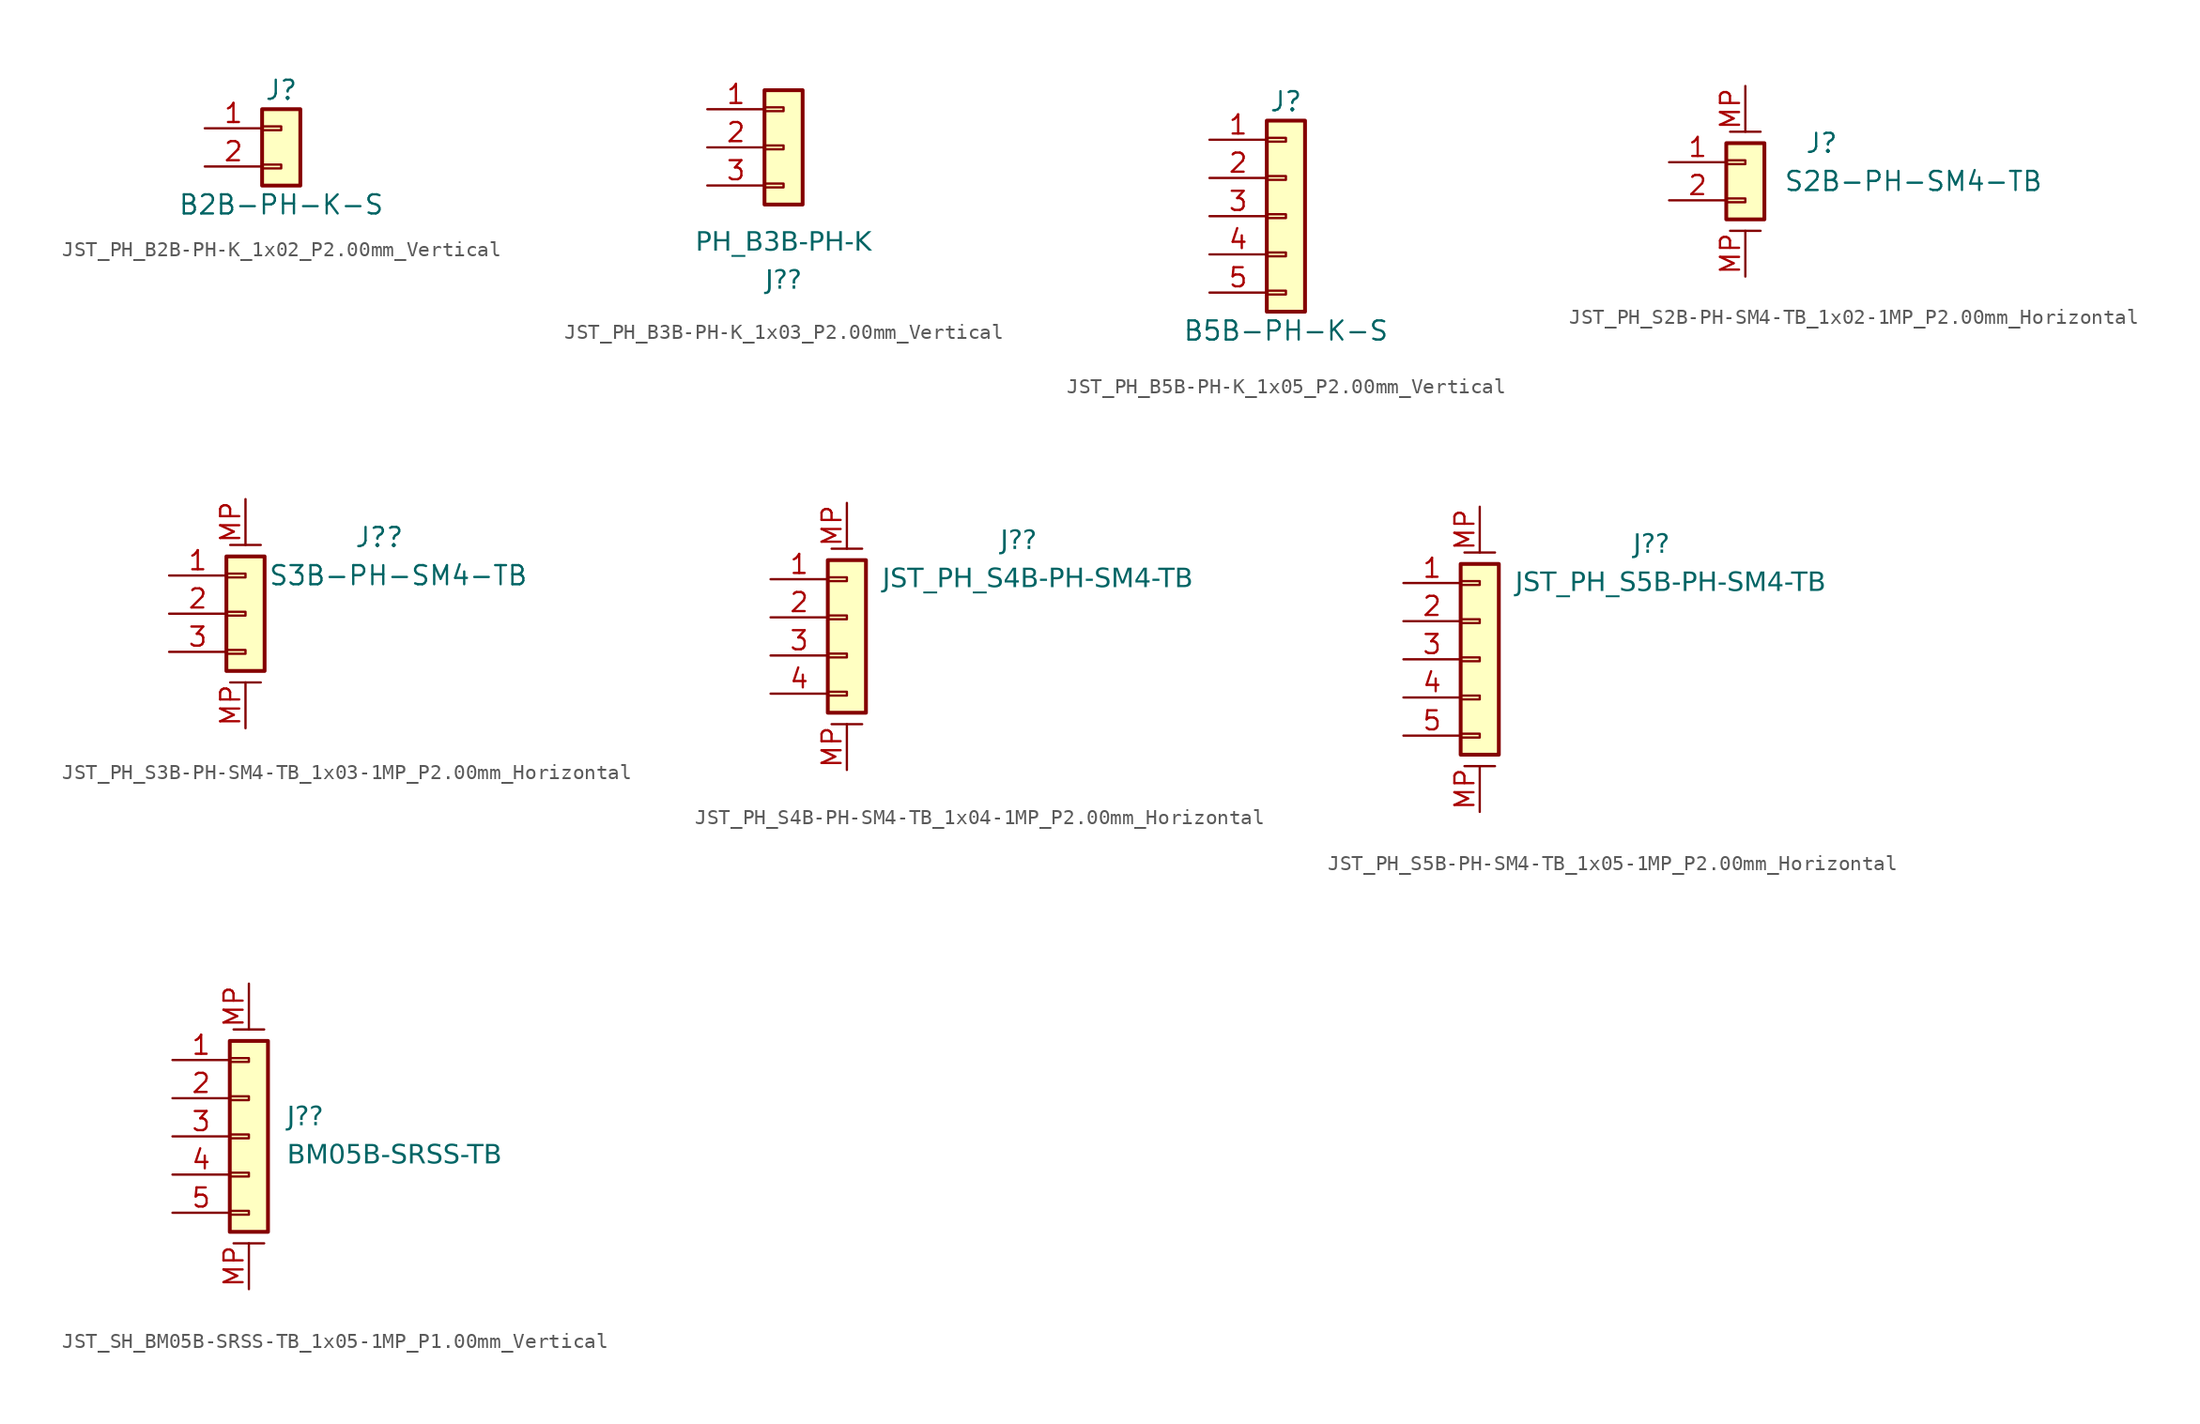
<source format=kicad_sym>
(kicad_symbol_lib
  (version 20220914)
  (generator kicad_symbol_editor)
  (symbol "JST_PH_B2B-PH-K_1x02_P2.00mm_Vertical"
    (pin_names
      (offset 1.016) hide)
    (property "Reference" "J"
      (at 0 2.54 0)
      (effects (font (size 1.27 1.27))))
    (property "Value" "B2B-PH-K-S"
      (at 0 -5.08 0)
      (effects (font (size 1.27 1.27))))
    (symbol "JST_PH_B2B-PH-K_1x02_P2.00mm_Vertical_1_1"
      (rectangle (start -1.27 -2.413) (end 0 -2.667) (stroke (width 0.152) (type default)) (fill (type none)))
      (rectangle (start -1.27 0.127) (end 0 -0.127) (stroke (width 0.152) (type default)) (fill (type none)))
      (rectangle (start -1.27 1.27) (end 1.27 -3.81) (stroke (width 0.254) (type default)) (fill (type background)))
      (pin passive line (at -5.08 0 0) (length 3.81) (name "Pin_1" (effects (font (size 1.27 1.27)))) (number "1" (effects (font (size 1.27 1.27)))))
      (pin passive line (at -5.08 -2.54 0) (length 3.81) (name "Pin_2" (effects (font (size 1.27 1.27)))) (number "2" (effects (font (size 1.27 1.27)))))))
  (symbol "JST_PH_B3B-PH-K_1x03_P2.00mm_Vertical"
    (pin_names
      (offset 1.016) hide)
    (property "Reference" "J?"
      (at 0 -8.89 0)
      (effects (font (face "Segoe UI") (size 1.27 1.27))))
    (property "Value" "PH_B3B-PH-K"
      (at 0 -6.35 0)
      (effects (font (face "Segoe UI") (size 1.27 1.27))))
    (symbol "JST_PH_B3B-PH-K_1x03_P2.00mm_Vertical_1_1"
      (rectangle (start -1.27 -2.413) (end 0 -2.667) (stroke (width 0.152) (type default)) (fill (type none)))
      (rectangle (start -1.27 0.127) (end 0 -0.127) (stroke (width 0.152) (type default)) (fill (type none)))
      (rectangle (start -1.27 2.667) (end 0 2.413) (stroke (width 0.152) (type default)) (fill (type none)))
      (rectangle (start -1.27 3.81) (end 1.27 -3.81) (stroke (width 0.254) (type default)) (fill (type background)))
      (pin passive line (at -5.08 2.54 0) (length 3.81) (name "Pin_1" (effects (font (size 1.27 1.27)))) (number "1" (effects (font (size 1.27 1.27)))))
      (pin passive line (at -5.08 0 0) (length 3.81) (name "Pin_2" (effects (font (size 1.27 1.27)))) (number "2" (effects (font (size 1.27 1.27)))))
      (pin passive line (at -5.08 -2.54 0) (length 3.81) (name "Pin_3" (effects (font (size 1.27 1.27)))) (number "3" (effects (font (size 1.27 1.27)))))))
  (symbol "JST_PH_B5B-PH-K_1x05_P2.00mm_Vertical"
    (pin_names
      (offset 1.016) hide)
    (property "Reference" "J"
      (at 0 7.62 0)
      (effects (font (size 1.27 1.27))))
    (property "Value" "B5B-PH-K-S"
      (at 0 -7.62 0)
      (effects (font (size 1.27 1.27))))
    (symbol "JST_PH_B5B-PH-K_1x05_P2.00mm_Vertical_1_1"
      (rectangle (start -1.27 -4.953) (end 0 -5.207) (stroke (width 0.152) (type default)) (fill (type none)))
      (rectangle (start -1.27 -2.413) (end 0 -2.667) (stroke (width 0.152) (type default)) (fill (type none)))
      (rectangle (start -1.27 0.127) (end 0 -0.127) (stroke (width 0.152) (type default)) (fill (type none)))
      (rectangle (start -1.27 2.667) (end 0 2.413) (stroke (width 0.152) (type default)) (fill (type none)))
      (rectangle (start -1.27 5.207) (end 0 4.953) (stroke (width 0.152) (type default)) (fill (type none)))
      (rectangle (start -1.27 6.35) (end 1.27 -6.35) (stroke (width 0.254) (type default)) (fill (type background)))
      (pin passive line (at -5.08 5.08 0) (length 3.81) (name "Pin_1" (effects (font (size 1.27 1.27)))) (number "1" (effects (font (size 1.27 1.27)))))
      (pin passive line (at -5.08 2.54 0) (length 3.81) (name "Pin_2" (effects (font (size 1.27 1.27)))) (number "2" (effects (font (size 1.27 1.27)))))
      (pin passive line (at -5.08 0 0) (length 3.81) (name "Pin_3" (effects (font (size 1.27 1.27)))) (number "3" (effects (font (size 1.27 1.27)))))
      (pin passive line (at -5.08 -2.54 0) (length 3.81) (name "Pin_4" (effects (font (size 1.27 1.27)))) (number "4" (effects (font (size 1.27 1.27)))))
      (pin passive line (at -5.08 -5.08 0) (length 3.81) (name "Pin_5" (effects (font (size 1.27 1.27)))) (number "5" (effects (font (size 1.27 1.27)))))))
  (symbol "JST_PH_S2B-PH-SM4-TB_1x02-1MP_P2.00mm_Horizontal"
    (pin_names
      (offset 1.016) hide)
    (property "Reference" "J"
      (at 5.08 1.27 0)
      (effects (font (size 1.27 1.27))))
    (property "Value" "S2B-PH-SM4-TB"
      (at 2.54 -1.27 0)
      (effects (font (size 1.27 1.27)) (justify left)))
    (symbol "JST_PH_S2B-PH-SM4-TB_1x02-1MP_P2.00mm_Horizontal_1_1"
      (rectangle (start -1.27 -2.413) (end 0 -2.667) (stroke (width 0.152) (type default)) (fill (type none)))
      (rectangle (start -1.27 0.127) (end 0 -0.127) (stroke (width 0.152) (type default)) (fill (type none)))
      (rectangle (start -1.27 1.27) (end 1.27 -3.81) (stroke (width 0.254) (type default)) (fill (type background)))
      (polyline (pts (xy -1.016 -4.572) (xy 1.016 -4.572)) (stroke (width 0.152) (type default)) (fill (type none)))
      (polyline (pts (xy -1.016 2.032) (xy 1.016 2.032)) (stroke (width 0.152) (type default)) (fill (type none)))
      (pin passive line (at -5.08 0 0) (length 3.81) (name "Pin_1" (effects (font (size 1.27 1.27)))) (number "1" (effects (font (size 1.27 1.27)))))
      (pin passive line (at -5.08 -2.54 0) (length 3.81) (name "Pin_2" (effects (font (size 1.27 1.27)))) (number "2" (effects (font (size 1.27 1.27)))))
      (pin passive line (at 0 -7.62 90) (length 3.048) (name "MountPin" (effects (font (size 1.27 1.27)))) (number "MP" (effects (font (size 1.27 1.27)))))
      (pin passive line (at 0 5.08 270) (length 3.048) (name "MountPin" (effects (font (size 1.27 1.27)))) (number "MP" (effects (font (size 1.27 1.27)))))))
  (symbol "JST_PH_S3B-PH-SM4-TB_1x03-1MP_P2.00mm_Horizontal"
    (pin_names
      (offset 1.016) hide)
    (property "Reference" "J?"
      (at 8.89 5.08 0)
      (effects (font (size 1.27 1.27))))
    (property "Value" "S3B-PH-SM4-TB"
      (at 10.16 2.54 0)
      (effects (font (size 1.27 1.27))))
    (symbol "JST_PH_S3B-PH-SM4-TB_1x03-1MP_P2.00mm_Horizontal_1_1"
      (rectangle (start -1.27 -2.413) (end 0 -2.667) (stroke (width 0.152) (type default)) (fill (type none)))
      (rectangle (start -1.27 0.127) (end 0 -0.127) (stroke (width 0.152) (type default)) (fill (type none)))
      (rectangle (start -1.27 2.667) (end 0 2.413) (stroke (width 0.152) (type default)) (fill (type none)))
      (rectangle (start -1.27 3.81) (end 1.27 -3.81) (stroke (width 0.254) (type default)) (fill (type background)))
      (polyline (pts (xy -1.016 -4.572) (xy 1.016 -4.572)) (stroke (width 0.152) (type default)) (fill (type none)))
      (polyline (pts (xy -1.016 4.572) (xy 1.016 4.572)) (stroke (width 0.152) (type default)) (fill (type none)))
      (pin passive line (at -5.08 2.54 0) (length 3.81) (name "Pin_1" (effects (font (size 1.27 1.27)))) (number "1" (effects (font (size 1.27 1.27)))))
      (pin passive line (at -5.08 0 0) (length 3.81) (name "Pin_2" (effects (font (size 1.27 1.27)))) (number "2" (effects (font (size 1.27 1.27)))))
      (pin passive line (at -5.08 -2.54 0) (length 3.81) (name "Pin_3" (effects (font (size 1.27 1.27)))) (number "3" (effects (font (size 1.27 1.27)))))
      (pin passive line (at 0 -7.62 90) (length 3.048) (name "MountPin" (effects (font (size 1.27 1.27)))) (number "MP" (effects (font (size 1.27 1.27)))))
      (pin passive line (at 0 7.62 270) (length 3.048) (name "MountPin" (effects (font (size 1.27 1.27)))) (number "MP" (effects (font (size 1.27 1.27)))))))
  (symbol "JST_PH_S4B-PH-SM4-TB_1x04-1MP_P2.00mm_Horizontal"
    (pin_names
      (offset 1.016) hide)
    (property "Reference" "J?"
      (at 11.43 7.62 0)
      (effects (font (face "Liberation Sans") (size 1.27 1.27))))
    (property "Value" "JST_PH_S4B-PH-SM4-TB"
      (at 12.7 5.08 0)
      (effects (font (face "Liberation Sans") (size 1.27 1.27))))
    (symbol "JST_PH_S4B-PH-SM4-TB_1x04-1MP_P2.00mm_Horizontal_1_1"
      (rectangle (start -1.27 -2.413) (end 0 -2.667) (stroke (width 0.152) (type default)) (fill (type none)))
      (rectangle (start -1.27 0.127) (end 0 -0.127) (stroke (width 0.152) (type default)) (fill (type none)))
      (rectangle (start -1.27 2.667) (end 0 2.413) (stroke (width 0.152) (type default)) (fill (type none)))
      (rectangle (start -1.27 5.207) (end 0 4.953) (stroke (width 0.152) (type default)) (fill (type none)))
      (rectangle (start -1.27 6.35) (end 1.27 -3.81) (stroke (width 0.254) (type default)) (fill (type background)))
      (polyline (pts (xy -1.016 -4.572) (xy 1.016 -4.572)) (stroke (width 0.152) (type default)) (fill (type none)))
      (polyline (pts (xy -1.016 7.112) (xy 1.016 7.112)) (stroke (width 0.152) (type default)) (fill (type none)))
      (pin passive line (at -5.08 5.08 0) (length 3.81) (name "Pin_1" (effects (font (size 1.27 1.27)))) (number "1" (effects (font (size 1.27 1.27)))))
      (pin passive line (at -5.08 2.54 0) (length 3.81) (name "Pin_2" (effects (font (size 1.27 1.27)))) (number "2" (effects (font (size 1.27 1.27)))))
      (pin passive line (at -5.08 0 0) (length 3.81) (name "Pin_3" (effects (font (size 1.27 1.27)))) (number "3" (effects (font (size 1.27 1.27)))))
      (pin passive line (at -5.08 -2.54 0) (length 3.81) (name "Pin_4" (effects (font (size 1.27 1.27)))) (number "4" (effects (font (size 1.27 1.27)))))
      (pin passive line (at 0 -7.62 90) (length 3.048) (name "MountPin" (effects (font (size 1.27 1.27)))) (number "MP" (effects (font (size 1.27 1.27)))))
      (pin passive line (at 0 10.16 270) (length 3.048) (name "MountPin" (effects (font (size 1.27 1.27)))) (number "MP" (effects (font (size 1.27 1.27)))))))
  (symbol "JST_PH_S5B-PH-SM4-TB_1x05-1MP_P2.00mm_Horizontal"
    (pin_names
      (offset 1.016) hide)
    (property "Reference" "J?"
      (at 11.43 7.62 0)
      (effects (font (face "Liberation Sans") (size 1.27 1.27))))
    (property "Value" "JST_PH_S5B-PH-SM4-TB"
      (at 12.7 5.08 0)
      (effects (font (face "Liberation Sans") (size 1.27 1.27))))
    (symbol "JST_PH_S5B-PH-SM4-TB_1x05-1MP_P2.00mm_Horizontal_1_1"
      (rectangle (start -1.27 -4.953) (end 0 -5.207) (stroke (width 0.152) (type default)) (fill (type none)))
      (rectangle (start -1.27 -2.413) (end 0 -2.667) (stroke (width 0.152) (type default)) (fill (type none)))
      (rectangle (start -1.27 0.127) (end 0 -0.127) (stroke (width 0.152) (type default)) (fill (type none)))
      (rectangle (start -1.27 2.667) (end 0 2.413) (stroke (width 0.152) (type default)) (fill (type none)))
      (rectangle (start -1.27 5.207) (end 0 4.953) (stroke (width 0.152) (type default)) (fill (type none)))
      (rectangle (start -1.27 6.35) (end 1.27 -6.35) (stroke (width 0.254) (type default)) (fill (type background)))
      (polyline (pts (xy -1.016 -7.112) (xy 1.016 -7.112)) (stroke (width 0.152) (type default)) (fill (type none)))
      (polyline (pts (xy -1.016 7.112) (xy 1.016 7.112)) (stroke (width 0.152) (type default)) (fill (type none)))
      (pin passive line (at -5.08 5.08 0) (length 3.81) (name "Pin_1" (effects (font (size 1.27 1.27)))) (number "1" (effects (font (size 1.27 1.27)))))
      (pin passive line (at -5.08 2.54 0) (length 3.81) (name "Pin_2" (effects (font (size 1.27 1.27)))) (number "2" (effects (font (size 1.27 1.27)))))
      (pin passive line (at -5.08 0 0) (length 3.81) (name "Pin_3" (effects (font (size 1.27 1.27)))) (number "3" (effects (font (size 1.27 1.27)))))
      (pin passive line (at -5.08 -2.54 0) (length 3.81) (name "Pin_4" (effects (font (size 1.27 1.27)))) (number "4" (effects (font (size 1.27 1.27)))))
      (pin passive line (at -5.08 -5.08 0) (length 3.81) (name "Pin_5" (effects (font (size 1.27 1.27)))) (number "5" (effects (font (size 1.27 1.27)))))
      (pin passive line (at 0 -10.16 90) (length 3.048) (name "MountPin" (effects (font (size 1.27 1.27)))) (number "MP" (effects (font (size 1.27 1.27)))))
      (pin passive line (at 0 10.16 270) (length 3.048) (name "MountPin" (effects (font (size 1.27 1.27)))) (number "MP" (effects (font (size 1.27 1.27)))))))
  (symbol "JST_SH_BM05B-SRSS-TB_1x05-1MP_P1.00mm_Vertical"
    (pin_names
      (offset 1.016) hide)
    (property "Reference" "J?"
      (at 2.54 1.27 0)
      (effects (font (face "Liberation Sans") (size 1.27 1.27)) (justify left)))
    (property "Value" "BM05B-SRSS-TB"
      (at 2.54 -1.27 0)
      (effects (font (face "Liberation Sans") (size 1.27 1.27)) (justify left)))
    (symbol "JST_SH_BM05B-SRSS-TB_1x05-1MP_P1.00mm_Vertical_1_1"
      (rectangle (start -1.27 -4.953) (end 0 -5.207) (stroke (width 0.152) (type default)) (fill (type none)))
      (rectangle (start -1.27 -2.413) (end 0 -2.667) (stroke (width 0.152) (type default)) (fill (type none)))
      (rectangle (start -1.27 0.127) (end 0 -0.127) (stroke (width 0.152) (type default)) (fill (type none)))
      (rectangle (start -1.27 2.667) (end 0 2.413) (stroke (width 0.152) (type default)) (fill (type none)))
      (rectangle (start -1.27 5.207) (end 0 4.953) (stroke (width 0.152) (type default)) (fill (type none)))
      (rectangle (start -1.27 6.35) (end 1.27 -6.35) (stroke (width 0.254) (type default)) (fill (type background)))
      (polyline (pts (xy -1.016 -7.112) (xy 1.016 -7.112)) (stroke (width 0.152) (type default)) (fill (type none)))
      (polyline (pts (xy -1.016 7.112) (xy 1.016 7.112)) (stroke (width 0.152) (type default)) (fill (type none)))
      (pin passive line (at -5.08 5.08 0) (length 3.81) (name "Pin_1" (effects (font (size 1.27 1.27)))) (number "1" (effects (font (size 1.27 1.27)))))
      (pin passive line (at -5.08 2.54 0) (length 3.81) (name "Pin_2" (effects (font (size 1.27 1.27)))) (number "2" (effects (font (size 1.27 1.27)))))
      (pin passive line (at -5.08 0 0) (length 3.81) (name "Pin_3" (effects (font (size 1.27 1.27)))) (number "3" (effects (font (size 1.27 1.27)))))
      (pin passive line (at -5.08 -2.54 0) (length 3.81) (name "Pin_4" (effects (font (size 1.27 1.27)))) (number "4" (effects (font (size 1.27 1.27)))))
      (pin passive line (at -5.08 -5.08 0) (length 3.81) (name "Pin_5" (effects (font (size 1.27 1.27)))) (number "5" (effects (font (size 1.27 1.27)))))
      (pin passive line (at 0 -10.16 90) (length 3.048) (name "MountPin" (effects (font (size 1.27 1.27)))) (number "MP" (effects (font (size 1.27 1.27)))))
      (pin passive line (at 0 10.16 270) (length 3.048) (name "MountPin" (effects (font (size 1.27 1.27)))) (number "MP" (effects (font (size 1.27 1.27))))))))
</source>
